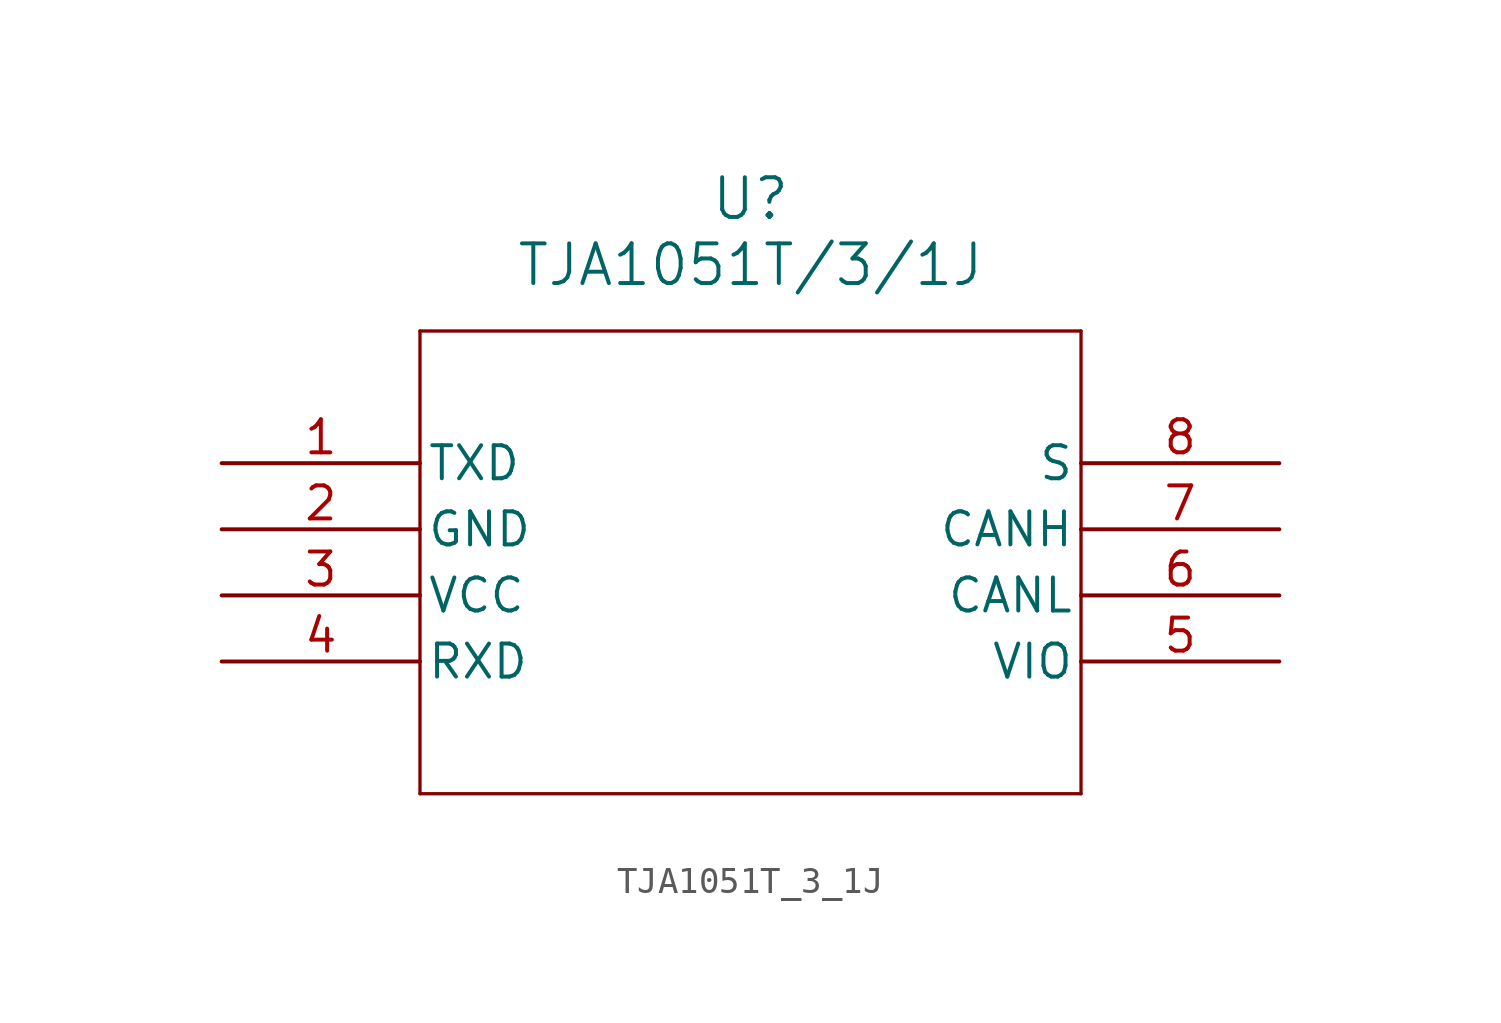
<source format=kicad_sym>
(kicad_symbol_lib
  (version 20211014)
  (generator kicad_symbol_editor)
  (symbol "TJA1051T_3_1J"
    (pin_names
      (offset 0.254))
    (property "Reference" "U"
      (at 20.32 10.16 0)
      (effects (font (size 1.524 1.524))))
    (property "Value" "TJA1051T/3/1J"
      (at 20.32 7.62 0)
      (effects (font (size 1.524 1.524))))
    (symbol "TJA1051T_3_1J_0_1"
      (polyline (pts (xy 7.62 5.08) (xy 7.62 -12.7)) (stroke (width 0.127) (type default) (color 0 0 0 0)) (fill (type none)))
      (polyline (pts (xy 7.62 -12.7) (xy 33.02 -12.7)) (stroke (width 0.127) (type default) (color 0 0 0 0)) (fill (type none)))
      (polyline (pts (xy 33.02 -12.7) (xy 33.02 5.08)) (stroke (width 0.127) (type default) (color 0 0 0 0)) (fill (type none)))
      (polyline (pts (xy 33.02 5.08) (xy 7.62 5.08)) (stroke (width 0.127) (type default) (color 0 0 0 0)) (fill (type none)))
      (pin input line (at 0 0 0) (length 7.62) (name "TXD" (effects (font (size 1.27 1.27)))) (number "1" (effects (font (size 1.27 1.27)))))
      (pin power_out line (at 0 -2.54 0) (length 7.62) (name "GND" (effects (font (size 1.27 1.27)))) (number "2" (effects (font (size 1.27 1.27)))))
      (pin power_in line (at 0 -5.08 0) (length 7.62) (name "VCC" (effects (font (size 1.27 1.27)))) (number "3" (effects (font (size 1.27 1.27)))))
      (pin output line (at 0 -7.62 0) (length 7.62) (name "RXD" (effects (font (size 1.27 1.27)))) (number "4" (effects (font (size 1.27 1.27)))))
      (pin power_in line (at 40.64 -7.62 180) (length 7.62) (name "VIO" (effects (font (size 1.27 1.27)))) (number "5" (effects (font (size 1.27 1.27)))))
      (pin bidirectional line (at 40.64 -5.08 180) (length 7.62) (name "CANL" (effects (font (size 1.27 1.27)))) (number "6" (effects (font (size 1.27 1.27)))))
      (pin bidirectional line (at 40.64 -2.54 180) (length 7.62) (name "CANH" (effects (font (size 1.27 1.27)))) (number "7" (effects (font (size 1.27 1.27)))))
      (pin input line (at 40.64 0 180) (length 7.62) (name "S" (effects (font (size 1.27 1.27)))) (number "8" (effects (font (size 1.27 1.27))))))))
</source>
